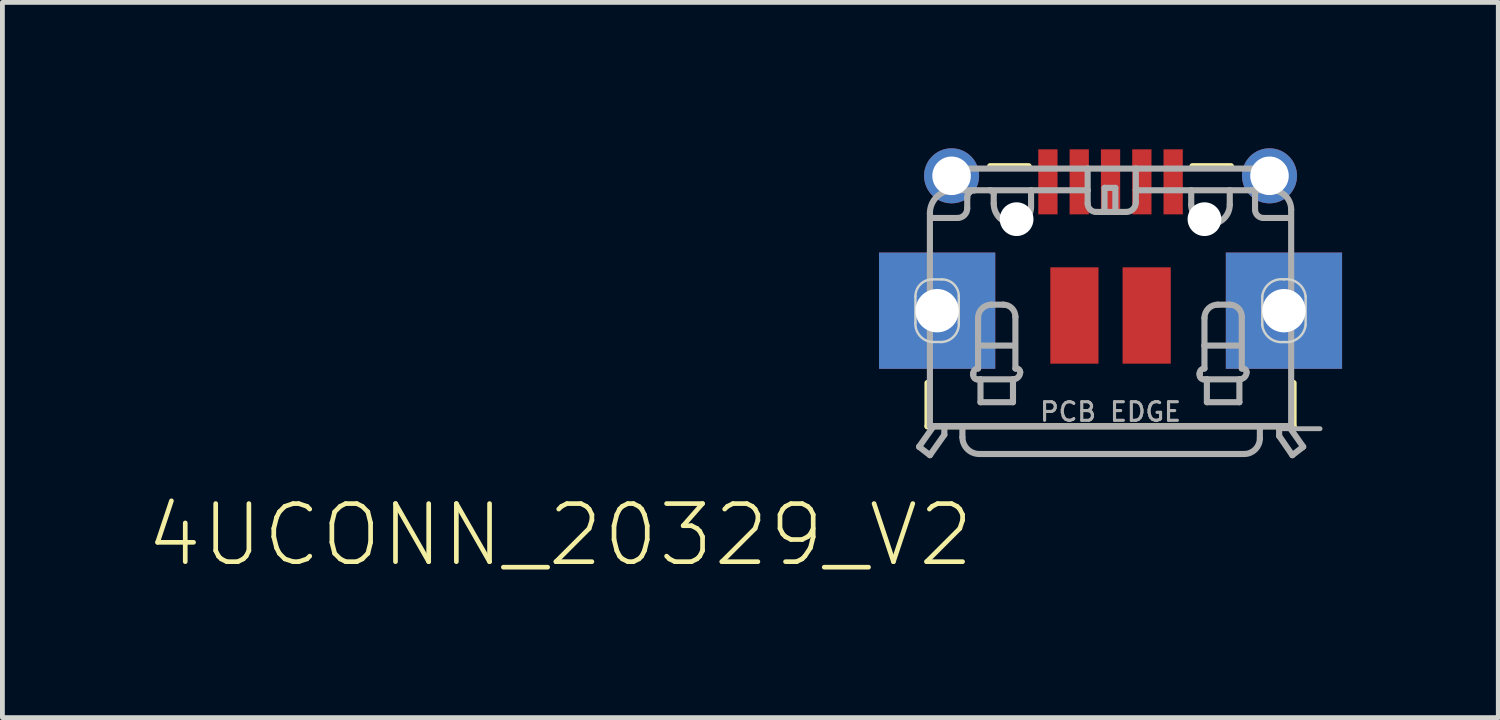
<source format=kicad_pcb>
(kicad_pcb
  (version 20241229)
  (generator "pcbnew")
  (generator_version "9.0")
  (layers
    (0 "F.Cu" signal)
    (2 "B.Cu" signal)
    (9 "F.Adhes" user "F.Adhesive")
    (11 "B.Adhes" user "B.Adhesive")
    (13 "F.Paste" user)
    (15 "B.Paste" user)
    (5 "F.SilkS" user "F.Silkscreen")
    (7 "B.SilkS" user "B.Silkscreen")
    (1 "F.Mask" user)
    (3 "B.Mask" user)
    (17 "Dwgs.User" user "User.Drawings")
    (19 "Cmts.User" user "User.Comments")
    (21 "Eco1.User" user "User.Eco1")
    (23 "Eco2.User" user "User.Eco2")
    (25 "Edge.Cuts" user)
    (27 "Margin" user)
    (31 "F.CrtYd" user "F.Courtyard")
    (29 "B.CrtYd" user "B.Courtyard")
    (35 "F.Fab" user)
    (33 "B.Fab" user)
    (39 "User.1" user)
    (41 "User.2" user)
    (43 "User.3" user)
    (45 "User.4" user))
  (footprint "4UCONN_20329_V2"
    (layer "F.Cu")
    (at 20.005 1.5)
    (property "Reference" "4UCONN_20329_V2" (at -2.778 5.852 180) (layer "F.SilkS") (effects (font (size 1.206 1.206) (thickness 0.097)) (justify right top)))
    (attr through_hole)
    (fp_poly (pts (xy -1.55 -0.05) (xy -1.05 -0.05) (xy -1.05 -1.5) (xy -1.55 -1.5)) (stroke (width 0) (type solid)) (fill yes) (layer "F.Mask"))
    (fp_poly (pts (xy -0.9 -0.05) (xy -0.4 -0.05) (xy -0.4 -1.5) (xy -0.9 -1.5)) (stroke (width 0) (type solid)) (fill yes) (layer "F.Mask"))
    (fp_poly (pts (xy -0.25 -0.05) (xy 0.25 -0.05) (xy 0.25 -1.5) (xy -0.25 -1.5)) (stroke (width 0) (type solid)) (fill yes) (layer "F.Mask"))
    (fp_poly (pts (xy 0.4 -0.05) (xy 0.9 -0.05) (xy 0.9 -1.5) (xy 0.4 -1.5)) (stroke (width 0) (type solid)) (fill yes) (layer "F.Mask"))
    (fp_poly (pts (xy 1.05 -0.05) (xy 1.55 -0.05) (xy 1.55 -1.5) (xy 1.05 -1.5)) (stroke (width 0) (type solid)) (fill yes) (layer "F.Mask"))
    (fp_line (start -3.8 3.4) (end -3.8 4.3) (stroke (width 0.127) (type solid)) (layer "F.SilkS"))
    (fp_line (start -3.8 4.3) (end 3.8 4.3) (stroke (width 0.127) (type solid)) (layer "F.SilkS"))
    (fp_line (start -2.5 -1.1) (end -1.7 -1.1) (stroke (width 0.127) (type solid)) (layer "F.SilkS"))
    (fp_line (start 1.7 -1.1) (end 2.5 -1.1) (stroke (width 0.127) (type solid)) (layer "F.SilkS"))
    (fp_line (start 3.8 4.3) (end 3.8 3.4) (stroke (width 0.127) (type solid)) (layer "F.SilkS"))
    (fp_poly (pts (xy -4.85 3.15) (xy -2.35 3.15) (xy -2.35 0.65) (xy -4.85 0.65)) (stroke (width 0) (type solid)) (fill yes) (layer "F.Paste"))
    (fp_poly (pts (xy -1.45 -0.15) (xy -1.15 -0.15) (xy -1.15 -1.4) (xy -1.45 -1.4)) (stroke (width 0) (type solid)) (fill yes) (layer "F.Paste"))
    (fp_poly (pts (xy -0.8 -0.15) (xy -0.5 -0.15) (xy -0.5 -1.4) (xy -0.8 -1.4)) (stroke (width 0) (type solid)) (fill yes) (layer "F.Paste"))
    (fp_poly (pts (xy -0.15 -0.15) (xy 0.15 -0.15) (xy 0.15 -1.4) (xy -0.15 -1.4)) (stroke (width 0) (type solid)) (fill yes) (layer "F.Paste"))
    (fp_poly (pts (xy 0.5 -0.15) (xy 0.8 -0.15) (xy 0.8 -1.4) (xy 0.5 -1.4)) (stroke (width 0) (type solid)) (fill yes) (layer "F.Paste"))
    (fp_poly (pts (xy 1.15 -0.15) (xy 1.45 -0.15) (xy 1.45 -1.4) (xy 1.15 -1.4)) (stroke (width 0) (type solid)) (fill yes) (layer "F.Paste"))
    (fp_poly (pts (xy 2.35 3.15) (xy 4.85 3.15) (xy 4.85 0.65) (xy 2.35 0.65)) (stroke (width 0) (type solid)) (fill yes) (layer "F.Paste"))
    (fp_poly (pts (xy -5.05 -0.9) (xy -5.014 -0.724) (xy -4.925 -0.567) (xy -4.793 -0.445) (xy -4.45 -0.35) (xy -3.35 -0.35) (xy -3.171 -0.37) (xy -3.007 -0.445) (xy -2.875 -0.567) (xy -2.786 -0.724) (xy -2.75 -0.9) (xy -2.786 -1.076) (xy -2.875 -1.233) (xy -3.007 -1.355) (xy -3.35 -1.45) (xy -4.45 -1.45) (xy -4.629 -1.43) (xy -4.793 -1.355) (xy -4.925 -1.233)) (stroke (width 0) (type solid)) (fill yes) (layer "F.Paste"))
    (fp_poly (pts (xy 2.75 -0.9) (xy 2.786 -0.724) (xy 2.875 -0.567) (xy 3.007 -0.445) (xy 3.35 -0.35) (xy 4.45 -0.35) (xy 4.629 -0.37) (xy 4.793 -0.445) (xy 4.925 -0.567) (xy 5.014 -0.724) (xy 5.05 -0.9) (xy 5.014 -1.076) (xy 4.925 -1.233) (xy 4.793 -1.355) (xy 4.45 -1.45) (xy 3.35 -1.45) (xy 3.171 -1.43) (xy 3.007 -1.355) (xy 2.875 -1.233)) (stroke (width 0) (type solid)) (fill yes) (layer "F.Paste"))
    (fp_line (start -4.05 2.15) (end -4.05 1.6) (stroke (width 0.05) (type solid)) (layer "Edge.Cuts"))
    (fp_line (start -3.7 1.25) (end -3.5 1.25) (stroke (width 0.05) (type solid)) (layer "Edge.Cuts"))
    (fp_line (start -3.5 2.55) (end -3.7 2.55) (stroke (width 0.05) (type solid)) (layer "Edge.Cuts"))
    (fp_line (start -3.15 1.6) (end -3.15 2.15) (stroke (width 0.05) (type solid)) (layer "Edge.Cuts"))
    (fp_line (start 3.15 2.2) (end 3.15 1.6) (stroke (width 0.05) (type solid)) (layer "Edge.Cuts"))
    (fp_line (start 4.05 1.6) (end 4.05 2.2) (stroke (width 0.05) (type solid)) (layer "Edge.Cuts"))
    (fp_arc (start -4.05 1.6) (mid -3.947487 1.352513) (end -3.7 1.25) (stroke (width 0.05) (type solid)) (layer "Edge.Cuts"))
    (fp_arc (start -3.7 2.55) (mid -3.957843 2.422487) (end -4.05 2.15) (stroke (width 0.05) (type solid)) (layer "Edge.Cuts"))
    (fp_arc (start -3.5 1.25) (mid -3.252513 1.352513) (end -3.15 1.6) (stroke (width 0.05) (type solid)) (layer "Edge.Cuts"))
    (fp_arc (start -3.15 2.15) (mid -3.242157 2.422487) (end -3.5 2.55) (stroke (width 0.05) (type solid)) (layer "Edge.Cuts"))
    (fp_arc (start 3.15 1.6) (mid 3.302513 1.331802) (end 3.6 1.25) (stroke (width 0.05) (type solid)) (layer "Edge.Cuts"))
    (fp_arc (start 3.6 1.25) (mid 3.897487 1.331802) (end 4.05 1.6) (stroke (width 0.05) (type solid)) (layer "Edge.Cuts"))
    (fp_arc (start 3.6 2.55) (mid 3.302513 2.468198) (end 3.15 2.2) (stroke (width 0.05) (type solid)) (layer "Edge.Cuts"))
    (fp_arc (start 4.05 2.2) (mid 3.897487 2.468198) (end 3.6 2.55) (stroke (width 0.05) (type solid)) (layer "Edge.Cuts"))
    (fp_line (start -3.975 4.725) (end -3.75 4.9) (stroke (width 0.127) (type solid)) (layer "F.Fab"))
    (fp_line (start -3.975 4.725) (end -3.675 4.3) (stroke (width 0.127) (type solid)) (layer "F.Fab"))
    (fp_line (start -3.75 -0.125) (end -3.75 4.3) (stroke (width 0.127) (type solid)) (layer "F.Fab"))
    (fp_line (start -3.75 4.3) (end -3.675 4.3) (stroke (width 0.127) (type solid)) (layer "F.Fab"))
    (fp_line (start -3.75 4.9) (end -3.45 4.475) (stroke (width 0.127) (type solid)) (layer "F.Fab"))
    (fp_line (start -3.725 -0.025) (end -3.175 -0.025) (stroke (width 0.127) (type solid)) (layer "F.Fab"))
    (fp_line (start -3.675 4.3) (end -3.45 4.3) (stroke (width 0.127) (type solid)) (layer "F.Fab"))
    (fp_line (start -3.575 -1.05) (end -0.475 -1.05) (stroke (width 0.127) (type solid)) (layer "F.Fab"))
    (fp_line (start -3.575 -0.75) (end -3.575 -1.05) (stroke (width 0.127) (type solid)) (layer "F.Fab"))
    (fp_line (start -3.45 4.3) (end -3.075 4.3) (stroke (width 0.127) (type solid)) (layer "F.Fab"))
    (fp_line (start -3.45 4.475) (end -3.45 4.3) (stroke (width 0.127) (type solid)) (layer "F.Fab"))
    (fp_line (start -3.425 -0.75) (end -3.575 -0.75) (stroke (width 0.127) (type solid)) (layer "F.Fab"))
    (fp_line (start -3.425 -0.625) (end -3.425 -0.75) (stroke (width 0.127) (type solid)) (layer "F.Fab"))
    (fp_line (start -3.075 4.3) (end -3.075 4.525) (stroke (width 0.127) (type solid)) (layer "F.Fab"))
    (fp_line (start -3.075 4.3) (end 3.1 4.3) (stroke (width 0.127) (type solid)) (layer "F.Fab"))
    (fp_line (start -2.975 -0.225) (end -2.975 -0.45) (stroke (width 0.127) (type solid)) (layer "F.Fab"))
    (fp_line (start -2.85 3.225) (end -2.85 3.2) (stroke (width 0.127) (type solid)) (layer "F.Fab"))
    (fp_line (start -2.825 -0.6) (end -3.275 -0.6) (stroke (width 0.127) (type solid)) (layer "F.Fab"))
    (fp_line (start -2.825 -0.6) (end -2.5 -0.6) (stroke (width 0.127) (type solid)) (layer "F.Fab"))
    (fp_line (start -2.75 2.625) (end -2.75 2.05) (stroke (width 0.127) (type solid)) (layer "F.Fab"))
    (fp_line (start -2.75 2.625) (end -2 2.625) (stroke (width 0.127) (type solid)) (layer "F.Fab"))
    (fp_line (start -2.75 3.1) (end -2.75 2.625) (stroke (width 0.127) (type solid)) (layer "F.Fab"))
    (fp_line (start -2.725 4.875) (end 2.775 4.875) (stroke (width 0.127) (type solid)) (layer "F.Fab"))
    (fp_line (start -2.7 3.325) (end -2.775 3.325) (stroke (width 0.127) (type solid)) (layer "F.Fab"))
    (fp_line (start -2.7 3.325) (end -2 3.325) (stroke (width 0.127) (type solid)) (layer "F.Fab"))
    (fp_line (start -2.7 3.8) (end -2.7 3.325) (stroke (width 0.127) (type solid)) (layer "F.Fab"))
    (fp_line (start -2.475 1.775) (end -2.225 1.775) (stroke (width 0.127) (type solid)) (layer "F.Fab"))
    (fp_line (start -2.425 -0.525) (end -2.425 -0.325) (stroke (width 0.127) (type solid)) (layer "F.Fab"))
    (fp_line (start -2.025 3.325) (end -2.025 3.8) (stroke (width 0.127) (type solid)) (layer "F.Fab"))
    (fp_line (start -2.025 3.8) (end -2.7 3.8) (stroke (width 0.127) (type solid)) (layer "F.Fab"))
    (fp_line (start -1.975 2.025) (end -1.975 3.1) (stroke (width 0.127) (type solid)) (layer "F.Fab"))
    (fp_line (start -1.975 3.1) (end -1.95 3.1) (stroke (width 0.127) (type solid)) (layer "F.Fab"))
    (fp_line (start -1.65 -0.6) (end -2.5 -0.6) (stroke (width 0.127) (type solid)) (layer "F.Fab"))
    (fp_line (start -1.65 -0.25) (end -1.65 -0.6) (stroke (width 0.127) (type solid)) (layer "F.Fab"))
    (fp_line (start -0.475 -1.05) (end 0.525 -1.05) (stroke (width 0.127) (type solid)) (layer "F.Fab"))
    (fp_line (start -0.475 -0.6) (end -1.65 -0.6) (stroke (width 0.127) (type solid)) (layer "F.Fab"))
    (fp_line (start -0.475 -0.6) (end -0.475 -1.05) (stroke (width 0.127) (type solid)) (layer "F.Fab"))
    (fp_line (start -0.475 -0.325) (end -0.475 -0.6) (stroke (width 0.127) (type solid)) (layer "F.Fab"))
    (fp_line (start -0.125 -0.65) (end 0.1 -0.65) (stroke (width 0.127) (type solid)) (layer "F.Fab"))
    (fp_line (start -0.125 -0.175) (end -0.125 -0.65) (stroke (width 0.127) (type solid)) (layer "F.Fab"))
    (fp_line (start 0.1 -0.65) (end 0.1 -0.175) (stroke (width 0.127) (type solid)) (layer "F.Fab"))
    (fp_line (start 0.325 -0.15) (end -0.3 -0.15) (stroke (width 0.127) (type solid)) (layer "F.Fab"))
    (fp_line (start 0.525 -1.05) (end 0.525 -0.6) (stroke (width 0.127) (type solid)) (layer "F.Fab"))
    (fp_line (start 0.525 -1.05) (end 3.6 -1.05) (stroke (width 0.127) (type solid)) (layer "F.Fab"))
    (fp_line (start 0.525 -0.6) (end 0.525 -0.35) (stroke (width 0.127) (type solid)) (layer "F.Fab"))
    (fp_line (start 1.675 -0.6) (end 0.525 -0.6) (stroke (width 0.127) (type solid)) (layer "F.Fab"))
    (fp_line (start 1.675 -0.6) (end 1.675 -0.3) (stroke (width 0.127) (type solid)) (layer "F.Fab"))
    (fp_line (start 1.85 3.225) (end 1.85 3.2) (stroke (width 0.127) (type solid)) (layer "F.Fab"))
    (fp_line (start 1.95 2.625) (end 1.95 2.05) (stroke (width 0.127) (type solid)) (layer "F.Fab"))
    (fp_line (start 1.95 2.625) (end 2.7 2.625) (stroke (width 0.127) (type solid)) (layer "F.Fab"))
    (fp_line (start 1.95 3.1) (end 1.95 2.625) (stroke (width 0.127) (type solid)) (layer "F.Fab"))
    (fp_line (start 2 3.325) (end 1.925 3.325) (stroke (width 0.127) (type solid)) (layer "F.Fab"))
    (fp_line (start 2 3.325) (end 2.7 3.325) (stroke (width 0.127) (type solid)) (layer "F.Fab"))
    (fp_line (start 2 3.8) (end 2 3.325) (stroke (width 0.127) (type solid)) (layer "F.Fab"))
    (fp_line (start 2.225 1.775) (end 2.475 1.775) (stroke (width 0.127) (type solid)) (layer "F.Fab"))
    (fp_line (start 2.475 -0.6) (end 1.675 -0.6) (stroke (width 0.127) (type solid)) (layer "F.Fab"))
    (fp_line (start 2.475 -0.6) (end 2.925 -0.6) (stroke (width 0.127) (type solid)) (layer "F.Fab"))
    (fp_line (start 2.475 -0.3) (end 2.475 -0.6) (stroke (width 0.127) (type solid)) (layer "F.Fab"))
    (fp_line (start 2.675 3.325) (end 2.675 3.8) (stroke (width 0.127) (type solid)) (layer "F.Fab"))
    (fp_line (start 2.675 3.8) (end 2 3.8) (stroke (width 0.127) (type solid)) (layer "F.Fab"))
    (fp_line (start 2.725 2.025) (end 2.725 3.1) (stroke (width 0.127) (type solid)) (layer "F.Fab"))
    (fp_line (start 2.725 3.1) (end 2.75 3.1) (stroke (width 0.127) (type solid)) (layer "F.Fab"))
    (fp_line (start 3 -0.525) (end 3 -0.2) (stroke (width 0.127) (type solid)) (layer "F.Fab"))
    (fp_line (start 3.1 4.3) (end 3.7 4.3) (stroke (width 0.127) (type solid)) (layer "F.Fab"))
    (fp_line (start 3.1 4.55) (end 3.1 4.3) (stroke (width 0.127) (type solid)) (layer "F.Fab"))
    (fp_line (start 3.175 -0.025) (end 3.725 -0.025) (stroke (width 0.127) (type solid)) (layer "F.Fab"))
    (fp_line (start 3.35 -0.775) (end 3.35 -0.6) (stroke (width 0.127) (type solid)) (layer "F.Fab"))
    (fp_line (start 3.35 -0.6) (end 2.925 -0.6) (stroke (width 0.127) (type solid)) (layer "F.Fab"))
    (fp_line (start 3.5 4.35) (end 4.35 4.35) (stroke (width 0.1) (type solid)) (layer "F.Fab"))
    (fp_line (start 3.5 4.5) (end 3.5 4.35) (stroke (width 0.127) (type solid)) (layer "F.Fab"))
    (fp_line (start 3.6 -1.05) (end 3.6 -0.775) (stroke (width 0.127) (type solid)) (layer "F.Fab"))
    (fp_line (start 3.6 -0.775) (end 3.35 -0.775) (stroke (width 0.127) (type solid)) (layer "F.Fab"))
    (fp_line (start 3.7 4.3) (end 3.75 4.3) (stroke (width 0.127) (type solid)) (layer "F.Fab"))
    (fp_line (start 3.7 4.3) (end 4 4.725) (stroke (width 0.127) (type solid)) (layer "F.Fab"))
    (fp_line (start 3.75 4.3) (end 3.75 -0.2) (stroke (width 0.127) (type solid)) (layer "F.Fab"))
    (fp_line (start 3.775 4.9) (end 3.5 4.5) (stroke (width 0.127) (type solid)) (layer "F.Fab"))
    (fp_line (start 4 4.725) (end 3.775 4.9) (stroke (width 0.127) (type solid)) (layer "F.Fab"))
    (fp_arc (start -3.750001 -0.124999) (mid -3.610876 -0.460875) (end -3.275 -0.6) (stroke (width 0.127) (type solid)) (layer "F.Fab"))
    (fp_arc (start -2.975 -0.45) (mid -2.931066 -0.556066) (end -2.825 -0.6) (stroke (width 0.127) (type solid)) (layer "F.Fab"))
    (fp_arc (start -2.975 -0.225) (mid -3.033579 -0.083579) (end -3.175 -0.025) (stroke (width 0.127) (type solid)) (layer "F.Fab"))
    (fp_arc (start -2.85 3.2) (mid -2.820711 3.129289) (end -2.75 3.1) (stroke (width 0.127) (type solid)) (layer "F.Fab"))
    (fp_arc (start -2.775 3.325) (mid -2.833211 3.290533) (end -2.85 3.225) (stroke (width 0.127) (type solid)) (layer "F.Fab"))
    (fp_arc (start -2.75 2.05) (mid -2.669454 1.855546) (end -2.475 1.775) (stroke (width 0.127) (type solid)) (layer "F.Fab"))
    (fp_arc (start -2.725 4.875) (mid -2.972487 4.772487) (end -3.075 4.525) (stroke (width 0.127) (type solid)) (layer "F.Fab"))
    (fp_arc (start -2.5 -0.6) (mid -2.446967 -0.578033) (end -2.425 -0.525) (stroke (width 0.127) (type solid)) (layer "F.Fab"))
    (fp_arc (start -2.225 1.775) (mid -2.048223 1.848223) (end -1.975 2.025) (stroke (width 0.127) (type solid)) (layer "F.Fab"))
    (fp_arc (start -2 0.1) (mid -2.30052 -0.02448) (end -2.425 -0.325) (stroke (width 0.127) (type solid)) (layer "F.Fab"))
    (fp_arc (start -1.95 3.1) (mid -1.896967 3.121967) (end -1.875 3.175) (stroke (width 0.127) (type solid)) (layer "F.Fab"))
    (fp_arc (start -1.875 3.175) (mid -1.918934 3.281066) (end -2.025 3.325) (stroke (width 0.127) (type solid)) (layer "F.Fab"))
    (fp_arc (start -1.65 -0.25) (mid -1.752513 -0.002513) (end -2 0.1) (stroke (width 0.127) (type solid)) (layer "F.Fab"))
    (fp_arc (start -0.3 -0.15) (mid -0.423744 -0.201256) (end -0.475 -0.325) (stroke (width 0.127) (type solid)) (layer "F.Fab"))
    (fp_arc (start 0.525 -0.35) (mid 0.466421 -0.208579) (end 0.325 -0.15) (stroke (width 0.127) (type solid)) (layer "F.Fab"))
    (fp_arc (start 1.85 3.2) (mid 1.879289 3.129289) (end 1.95 3.1) (stroke (width 0.127) (type solid)) (layer "F.Fab"))
    (fp_arc (start 1.925 3.325) (mid 1.866789 3.290533) (end 1.85 3.225) (stroke (width 0.127) (type solid)) (layer "F.Fab"))
    (fp_arc (start 1.95 2.05) (mid 2.030546 1.855546) (end 2.225 1.775) (stroke (width 0.127) (type solid)) (layer "F.Fab"))
    (fp_arc (start 2.075 0.1) (mid 1.792157 -0.017157) (end 1.675 -0.3) (stroke (width 0.127) (type solid)) (layer "F.Fab"))
    (fp_arc (start 2.475 -0.3) (mid 2.357843 -0.017157) (end 2.075 0.1) (stroke (width 0.127) (type solid)) (layer "F.Fab"))
    (fp_arc (start 2.475 1.775) (mid 2.651777 1.848223) (end 2.725 2.025) (stroke (width 0.127) (type solid)) (layer "F.Fab"))
    (fp_arc (start 2.75 3.1) (mid 2.803033 3.121967) (end 2.825 3.175) (stroke (width 0.127) (type solid)) (layer "F.Fab"))
    (fp_arc (start 2.825 3.175) (mid 2.781066 3.281066) (end 2.675 3.325) (stroke (width 0.127) (type solid)) (layer "F.Fab"))
    (fp_arc (start 2.925 -0.6) (mid 2.978033 -0.578033) (end 3 -0.525) (stroke (width 0.127) (type solid)) (layer "F.Fab"))
    (fp_arc (start 3.1 4.55) (mid 3.00481 4.77981) (end 2.775 4.875) (stroke (width 0.127) (type solid)) (layer "F.Fab"))
    (fp_arc (start 3.175 -0.025) (mid 3.051256 -0.076256) (end 3 -0.2) (stroke (width 0.127) (type solid)) (layer "F.Fab"))
    (fp_arc (start 3.349999 -0.599999) (mid 3.632842 -0.482842) (end 3.75 -0.2) (stroke (width 0.127) (type solid)) (layer "F.Fab"))
    (fp_text user "PCB EDGE" (at 0 4 0) (layer "F.Fab") (effects (font (size 0.386 0.386) (thickness 0.065))))
    (pad "" np_thru_hole circle (at -1.95 0) (size 0.7 0.7) (drill 0.7) (layers "*.Cu" "*.Mask"))
    (pad "" np_thru_hole circle (at 1.95 0) (size 0.7 0.7) (drill 0.7) (layers "*.Cu" "*.Mask"))
    (pad "BASE@1" smd rect (at -0.75 2 90) (size 2 1) (layers "F.Cu" "F.Mask" "F.Paste"))
    (pad "BASE@2" smd rect (at 0.75 2 90) (size 2 1) (layers "F.Cu" "F.Mask" "F.Paste"))
    (pad "D+" smd rect (at 0 -0.775) (size 0.4 1.35) (layers "F.Cu" "F.Mask"))
    (pad "D-" smd rect (at -0.65 -0.775) (size 0.4 1.35) (layers "F.Cu" "F.Mask"))
    (pad "GND" smd rect (at 1.3 -0.775) (size 0.4 1.35) (layers "F.Cu" "F.Mask"))
    (pad "ID" smd rect (at 0.65 -0.775) (size 0.4 1.35) (layers "F.Cu" "F.Mask"))
    (pad "SPRT@1" thru_hole circle (at -3.3 -0.9 180) (size 1.143 1.143) (drill 0.8) (layers "*.Cu" "*.Mask"))
    (pad "SPRT@2" thru_hole circle (at 3.3 -0.9) (size 1.143 1.143) (drill 0.8) (layers "*.Cu" "*.Mask"))
    (pad "SPRT@3" thru_hole rect (at -3.6 1.9 90) (size 2.413 2.413) (drill 0.9) (layers "*.Cu" "*.Mask"))
    (pad "SPRT@4" thru_hole rect (at 3.6 1.9 90) (size 2.413 2.413) (drill 0.9) (layers "*.Cu" "*.Mask"))
    (pad "VBUS" smd rect (at -1.3 -0.775) (size 0.4 1.35) (layers "F.Cu" "F.Mask")))
  (gr_rect
    (start -3 -3)
    (end 28.055 11.848)
    (stroke (width 0.1) (type default))
    (fill no)
    (layer "Edge.Cuts")))
</source>
